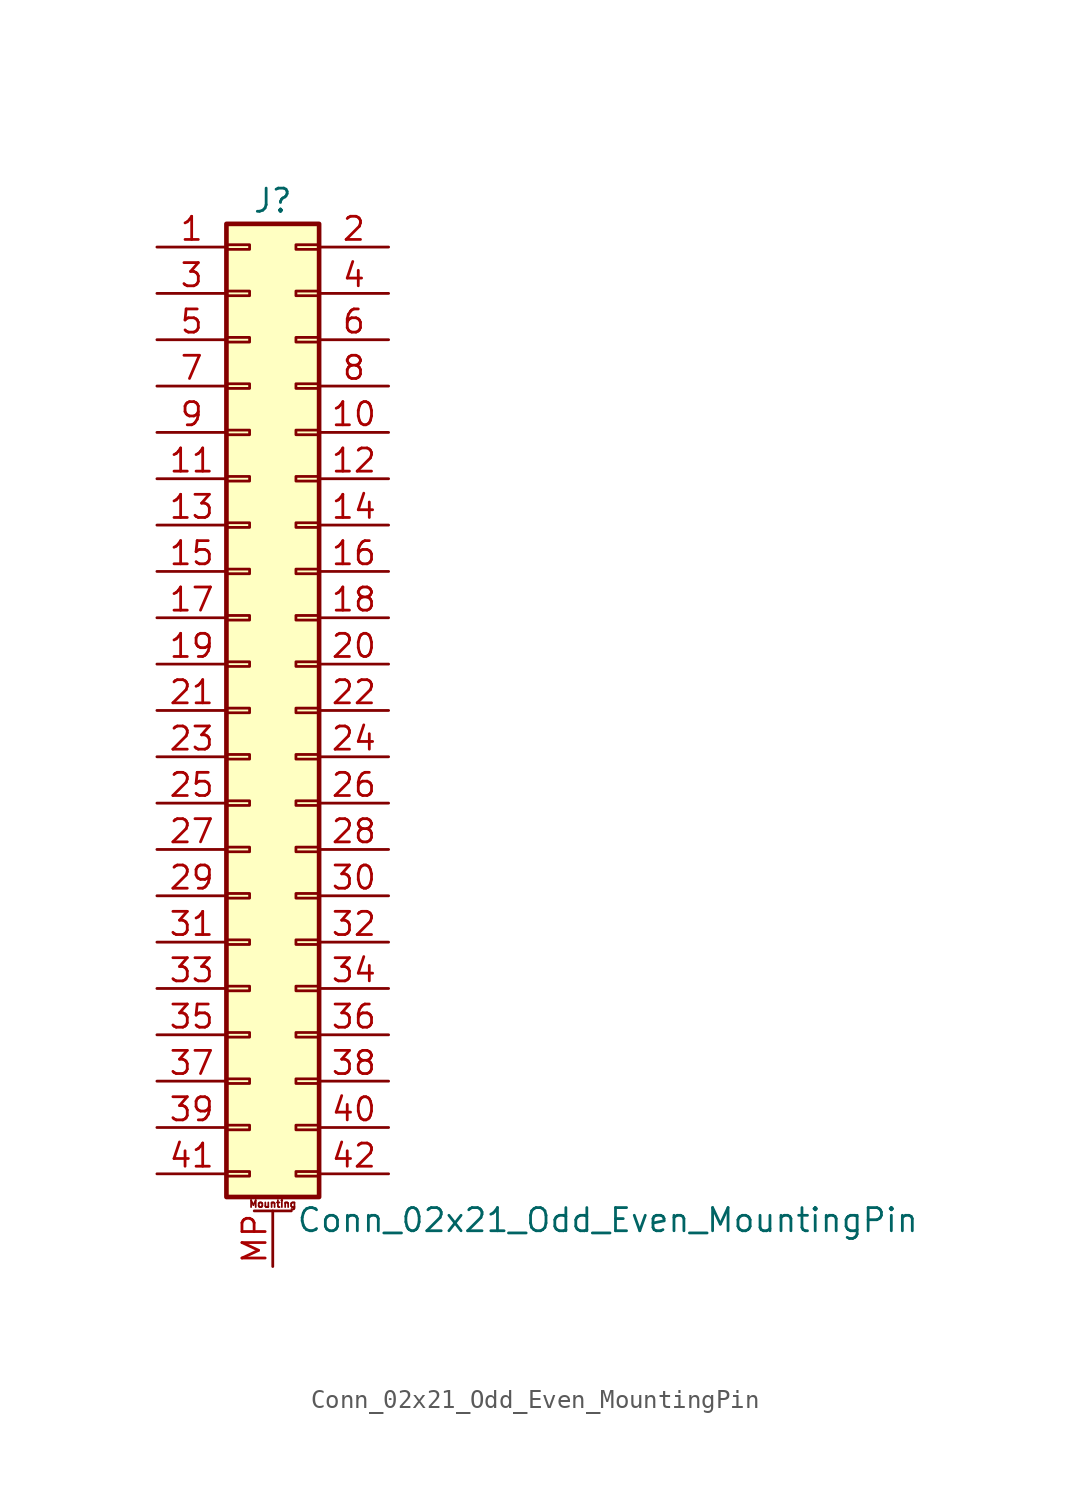
<source format=kicad_sym>
(kicad_symbol_lib
  (version 20201005)
  (generator kicad_symbol_editor)
  (symbol "Conn_02x21_Odd_Even_MountingPin"
    (pin_names
      (offset 1.016) hide)
    (property "Reference" "J"
      (at 1.27 27.94 0)
      (effects (font (size 1.27 1.27))))
    (property "Value" "Conn_02x21_Odd_Even_MountingPin"
      (at 2.54 -27.94 0)
      (effects (font (size 1.27 1.27)) (justify left)))
    (symbol "Conn_02x21_Odd_Even_MountingPin_1_1"
      (text "Mounting" (at 1.27 -27.051 0) (effects (font (size 0.381 0.381))))
      (rectangle (start -1.27 -25.273) (end 0 -25.527) (stroke (width 0.152)) (fill (type none)))
      (rectangle (start -1.27 -22.733) (end 0 -22.987) (stroke (width 0.152)) (fill (type none)))
      (rectangle (start -1.27 -20.193) (end 0 -20.447) (stroke (width 0.152)) (fill (type none)))
      (rectangle (start -1.27 -17.653) (end 0 -17.907) (stroke (width 0.152)) (fill (type none)))
      (rectangle (start -1.27 -15.113) (end 0 -15.367) (stroke (width 0.152)) (fill (type none)))
      (rectangle (start -1.27 -12.573) (end 0 -12.827) (stroke (width 0.152)) (fill (type none)))
      (rectangle (start -1.27 -10.033) (end 0 -10.287) (stroke (width 0.152)) (fill (type none)))
      (rectangle (start -1.27 -7.493) (end 0 -7.747) (stroke (width 0.152)) (fill (type none)))
      (rectangle (start -1.27 -4.953) (end 0 -5.207) (stroke (width 0.152)) (fill (type none)))
      (rectangle (start -1.27 -2.413) (end 0 -2.667) (stroke (width 0.152)) (fill (type none)))
      (rectangle (start -1.27 0.127) (end 0 -0.127) (stroke (width 0.152)) (fill (type none)))
      (rectangle (start -1.27 2.667) (end 0 2.413) (stroke (width 0.152)) (fill (type none)))
      (rectangle (start -1.27 5.207) (end 0 4.953) (stroke (width 0.152)) (fill (type none)))
      (rectangle (start -1.27 7.747) (end 0 7.493) (stroke (width 0.152)) (fill (type none)))
      (rectangle (start -1.27 10.287) (end 0 10.033) (stroke (width 0.152)) (fill (type none)))
      (rectangle (start -1.27 12.827) (end 0 12.573) (stroke (width 0.152)) (fill (type none)))
      (rectangle (start -1.27 15.367) (end 0 15.113) (stroke (width 0.152)) (fill (type none)))
      (rectangle (start -1.27 17.907) (end 0 17.653) (stroke (width 0.152)) (fill (type none)))
      (rectangle (start -1.27 20.447) (end 0 20.193) (stroke (width 0.152)) (fill (type none)))
      (rectangle (start -1.27 22.987) (end 0 22.733) (stroke (width 0.152)) (fill (type none)))
      (rectangle (start -1.27 25.527) (end 0 25.273) (stroke (width 0.152)) (fill (type none)))
      (rectangle (start -1.27 26.67) (end 3.81 -26.67) (stroke (width 0.254)) (fill (type background)))
      (rectangle (start 3.81 -25.273) (end 2.54 -25.527) (stroke (width 0.152)) (fill (type none)))
      (rectangle (start 3.81 -22.733) (end 2.54 -22.987) (stroke (width 0.152)) (fill (type none)))
      (rectangle (start 3.81 -20.193) (end 2.54 -20.447) (stroke (width 0.152)) (fill (type none)))
      (rectangle (start 3.81 -17.653) (end 2.54 -17.907) (stroke (width 0.152)) (fill (type none)))
      (rectangle (start 3.81 -15.113) (end 2.54 -15.367) (stroke (width 0.152)) (fill (type none)))
      (rectangle (start 3.81 -12.573) (end 2.54 -12.827) (stroke (width 0.152)) (fill (type none)))
      (rectangle (start 3.81 -10.033) (end 2.54 -10.287) (stroke (width 0.152)) (fill (type none)))
      (rectangle (start 3.81 -7.493) (end 2.54 -7.747) (stroke (width 0.152)) (fill (type none)))
      (rectangle (start 3.81 -4.953) (end 2.54 -5.207) (stroke (width 0.152)) (fill (type none)))
      (rectangle (start 3.81 -2.413) (end 2.54 -2.667) (stroke (width 0.152)) (fill (type none)))
      (rectangle (start 3.81 0.127) (end 2.54 -0.127) (stroke (width 0.152)) (fill (type none)))
      (rectangle (start 3.81 2.667) (end 2.54 2.413) (stroke (width 0.152)) (fill (type none)))
      (rectangle (start 3.81 5.207) (end 2.54 4.953) (stroke (width 0.152)) (fill (type none)))
      (rectangle (start 3.81 7.747) (end 2.54 7.493) (stroke (width 0.152)) (fill (type none)))
      (rectangle (start 3.81 10.287) (end 2.54 10.033) (stroke (width 0.152)) (fill (type none)))
      (rectangle (start 3.81 12.827) (end 2.54 12.573) (stroke (width 0.152)) (fill (type none)))
      (rectangle (start 3.81 15.367) (end 2.54 15.113) (stroke (width 0.152)) (fill (type none)))
      (rectangle (start 3.81 17.907) (end 2.54 17.653) (stroke (width 0.152)) (fill (type none)))
      (rectangle (start 3.81 20.447) (end 2.54 20.193) (stroke (width 0.152)) (fill (type none)))
      (rectangle (start 3.81 22.987) (end 2.54 22.733) (stroke (width 0.152)) (fill (type none)))
      (rectangle (start 3.81 25.527) (end 2.54 25.273) (stroke (width 0.152)) (fill (type none)))
      (polyline (pts (xy 0.254 -27.432) (xy 2.286 -27.432)) (stroke (width 0.152)) (fill (type none)))
      (pin passive line (at -5.08 25.4 0) (length 3.81) (name "Pin_1" (effects (font (size 1.27 1.27)))) (number "1" (effects (font (size 1.27 1.27)))))
      (pin passive line (at 7.62 15.24 180) (length 3.81) (name "Pin_10" (effects (font (size 1.27 1.27)))) (number "10" (effects (font (size 1.27 1.27)))))
      (pin passive line (at -5.08 12.7 0) (length 3.81) (name "Pin_11" (effects (font (size 1.27 1.27)))) (number "11" (effects (font (size 1.27 1.27)))))
      (pin passive line (at 7.62 12.7 180) (length 3.81) (name "Pin_12" (effects (font (size 1.27 1.27)))) (number "12" (effects (font (size 1.27 1.27)))))
      (pin passive line (at -5.08 10.16 0) (length 3.81) (name "Pin_13" (effects (font (size 1.27 1.27)))) (number "13" (effects (font (size 1.27 1.27)))))
      (pin passive line (at 7.62 10.16 180) (length 3.81) (name "Pin_14" (effects (font (size 1.27 1.27)))) (number "14" (effects (font (size 1.27 1.27)))))
      (pin passive line (at -5.08 7.62 0) (length 3.81) (name "Pin_15" (effects (font (size 1.27 1.27)))) (number "15" (effects (font (size 1.27 1.27)))))
      (pin passive line (at 7.62 7.62 180) (length 3.81) (name "Pin_16" (effects (font (size 1.27 1.27)))) (number "16" (effects (font (size 1.27 1.27)))))
      (pin passive line (at -5.08 5.08 0) (length 3.81) (name "Pin_17" (effects (font (size 1.27 1.27)))) (number "17" (effects (font (size 1.27 1.27)))))
      (pin passive line (at 7.62 5.08 180) (length 3.81) (name "Pin_18" (effects (font (size 1.27 1.27)))) (number "18" (effects (font (size 1.27 1.27)))))
      (pin passive line (at -5.08 2.54 0) (length 3.81) (name "Pin_19" (effects (font (size 1.27 1.27)))) (number "19" (effects (font (size 1.27 1.27)))))
      (pin passive line (at 7.62 25.4 180) (length 3.81) (name "Pin_2" (effects (font (size 1.27 1.27)))) (number "2" (effects (font (size 1.27 1.27)))))
      (pin passive line (at 7.62 2.54 180) (length 3.81) (name "Pin_20" (effects (font (size 1.27 1.27)))) (number "20" (effects (font (size 1.27 1.27)))))
      (pin passive line (at -5.08 0 0) (length 3.81) (name "Pin_21" (effects (font (size 1.27 1.27)))) (number "21" (effects (font (size 1.27 1.27)))))
      (pin passive line (at 7.62 0 180) (length 3.81) (name "Pin_22" (effects (font (size 1.27 1.27)))) (number "22" (effects (font (size 1.27 1.27)))))
      (pin passive line (at -5.08 -2.54 0) (length 3.81) (name "Pin_23" (effects (font (size 1.27 1.27)))) (number "23" (effects (font (size 1.27 1.27)))))
      (pin passive line (at 7.62 -2.54 180) (length 3.81) (name "Pin_24" (effects (font (size 1.27 1.27)))) (number "24" (effects (font (size 1.27 1.27)))))
      (pin passive line (at -5.08 -5.08 0) (length 3.81) (name "Pin_25" (effects (font (size 1.27 1.27)))) (number "25" (effects (font (size 1.27 1.27)))))
      (pin passive line (at 7.62 -5.08 180) (length 3.81) (name "Pin_26" (effects (font (size 1.27 1.27)))) (number "26" (effects (font (size 1.27 1.27)))))
      (pin passive line (at -5.08 -7.62 0) (length 3.81) (name "Pin_27" (effects (font (size 1.27 1.27)))) (number "27" (effects (font (size 1.27 1.27)))))
      (pin passive line (at 7.62 -7.62 180) (length 3.81) (name "Pin_28" (effects (font (size 1.27 1.27)))) (number "28" (effects (font (size 1.27 1.27)))))
      (pin passive line (at -5.08 -10.16 0) (length 3.81) (name "Pin_29" (effects (font (size 1.27 1.27)))) (number "29" (effects (font (size 1.27 1.27)))))
      (pin passive line (at -5.08 22.86 0) (length 3.81) (name "Pin_3" (effects (font (size 1.27 1.27)))) (number "3" (effects (font (size 1.27 1.27)))))
      (pin passive line (at 7.62 -10.16 180) (length 3.81) (name "Pin_30" (effects (font (size 1.27 1.27)))) (number "30" (effects (font (size 1.27 1.27)))))
      (pin passive line (at -5.08 -12.7 0) (length 3.81) (name "Pin_31" (effects (font (size 1.27 1.27)))) (number "31" (effects (font (size 1.27 1.27)))))
      (pin passive line (at 7.62 -12.7 180) (length 3.81) (name "Pin_32" (effects (font (size 1.27 1.27)))) (number "32" (effects (font (size 1.27 1.27)))))
      (pin passive line (at -5.08 -15.24 0) (length 3.81) (name "Pin_33" (effects (font (size 1.27 1.27)))) (number "33" (effects (font (size 1.27 1.27)))))
      (pin passive line (at 7.62 -15.24 180) (length 3.81) (name "Pin_34" (effects (font (size 1.27 1.27)))) (number "34" (effects (font (size 1.27 1.27)))))
      (pin passive line (at -5.08 -17.78 0) (length 3.81) (name "Pin_35" (effects (font (size 1.27 1.27)))) (number "35" (effects (font (size 1.27 1.27)))))
      (pin passive line (at 7.62 -17.78 180) (length 3.81) (name "Pin_36" (effects (font (size 1.27 1.27)))) (number "36" (effects (font (size 1.27 1.27)))))
      (pin passive line (at -5.08 -20.32 0) (length 3.81) (name "Pin_37" (effects (font (size 1.27 1.27)))) (number "37" (effects (font (size 1.27 1.27)))))
      (pin passive line (at 7.62 -20.32 180) (length 3.81) (name "Pin_38" (effects (font (size 1.27 1.27)))) (number "38" (effects (font (size 1.27 1.27)))))
      (pin passive line (at -5.08 -22.86 0) (length 3.81) (name "Pin_39" (effects (font (size 1.27 1.27)))) (number "39" (effects (font (size 1.27 1.27)))))
      (pin passive line (at 7.62 22.86 180) (length 3.81) (name "Pin_4" (effects (font (size 1.27 1.27)))) (number "4" (effects (font (size 1.27 1.27)))))
      (pin passive line (at 7.62 -22.86 180) (length 3.81) (name "Pin_40" (effects (font (size 1.27 1.27)))) (number "40" (effects (font (size 1.27 1.27)))))
      (pin passive line (at -5.08 -25.4 0) (length 3.81) (name "Pin_41" (effects (font (size 1.27 1.27)))) (number "41" (effects (font (size 1.27 1.27)))))
      (pin passive line (at 7.62 -25.4 180) (length 3.81) (name "Pin_42" (effects (font (size 1.27 1.27)))) (number "42" (effects (font (size 1.27 1.27)))))
      (pin passive line (at -5.08 20.32 0) (length 3.81) (name "Pin_5" (effects (font (size 1.27 1.27)))) (number "5" (effects (font (size 1.27 1.27)))))
      (pin passive line (at 7.62 20.32 180) (length 3.81) (name "Pin_6" (effects (font (size 1.27 1.27)))) (number "6" (effects (font (size 1.27 1.27)))))
      (pin passive line (at -5.08 17.78 0) (length 3.81) (name "Pin_7" (effects (font (size 1.27 1.27)))) (number "7" (effects (font (size 1.27 1.27)))))
      (pin passive line (at 7.62 17.78 180) (length 3.81) (name "Pin_8" (effects (font (size 1.27 1.27)))) (number "8" (effects (font (size 1.27 1.27)))))
      (pin passive line (at -5.08 15.24 0) (length 3.81) (name "Pin_9" (effects (font (size 1.27 1.27)))) (number "9" (effects (font (size 1.27 1.27)))))
      (pin passive line (at 1.27 -30.48 90) (length 3.048) (name "MountPin" (effects (font (size 1.27 1.27)))) (number "MP" (effects (font (size 1.27 1.27))))))))
</source>
